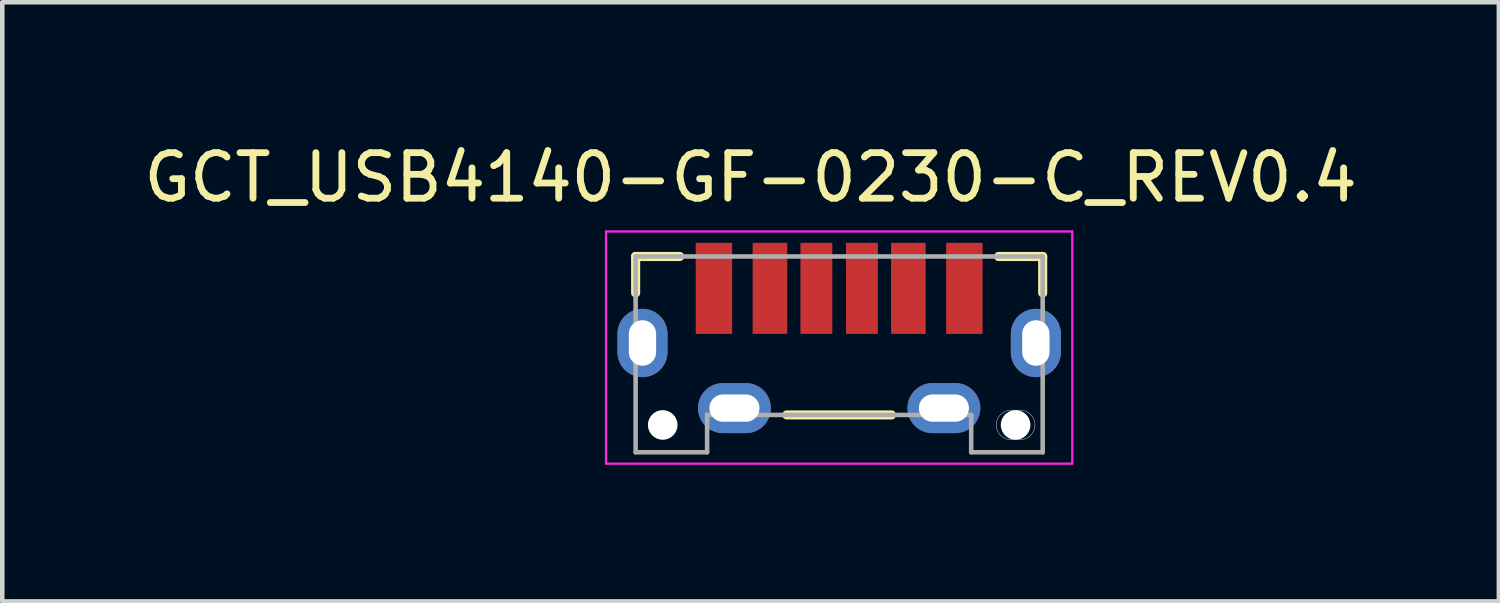
<source format=kicad_pcb>
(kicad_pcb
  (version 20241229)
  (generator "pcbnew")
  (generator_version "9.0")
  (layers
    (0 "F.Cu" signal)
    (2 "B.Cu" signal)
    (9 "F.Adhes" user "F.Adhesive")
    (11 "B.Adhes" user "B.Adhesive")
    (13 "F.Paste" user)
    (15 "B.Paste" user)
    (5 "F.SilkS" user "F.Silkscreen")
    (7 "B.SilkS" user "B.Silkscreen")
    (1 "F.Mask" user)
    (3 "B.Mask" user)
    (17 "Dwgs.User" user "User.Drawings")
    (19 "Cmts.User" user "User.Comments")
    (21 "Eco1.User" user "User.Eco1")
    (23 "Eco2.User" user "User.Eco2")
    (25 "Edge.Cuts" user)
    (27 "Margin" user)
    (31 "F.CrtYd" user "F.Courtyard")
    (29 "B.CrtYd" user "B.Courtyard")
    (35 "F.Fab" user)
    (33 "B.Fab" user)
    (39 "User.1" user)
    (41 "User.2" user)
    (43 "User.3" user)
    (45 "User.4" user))
  (footprint "GCT_USB4140-GF-0230-C_REV0.4"
    (layer "F.Cu")
    (at 15.38 4.483)
    (property "Reference" "GCT_USB4140-GF-0230-C_REV0.4" (at -1.945 -3.635 0) (layer "F.SilkS") (effects (font (size 1 1) (thickness 0.15))))
    (attr smd)
    (fp_line (start -4.47 -1.9) (end -3.5 -1.9) (stroke (width 0.2) (type solid)) (layer "F.SilkS"))
    (fp_line (start -4.47 -1.1) (end -4.47 -1.9) (stroke (width 0.2) (type solid)) (layer "F.SilkS"))
    (fp_line (start -1.15 1.58) (end 1.15 1.58) (stroke (width 0.2) (type solid)) (layer "F.SilkS"))
    (fp_line (start 3.5 -1.9) (end 4.47 -1.9) (stroke (width 0.2) (type solid)) (layer "F.SilkS"))
    (fp_line (start 4.47 -1.9) (end 4.47 -1.1) (stroke (width 0.2) (type solid)) (layer "F.SilkS"))
    (fp_line (start 3.775 1.475) (end 3.975 1.475) (stroke (width 0.01) (type solid)) (layer "Edge.Cuts"))
    (fp_line (start 3.975 2.125) (end 3.775 2.125) (stroke (width 0.01) (type solid)) (layer "Edge.Cuts"))
    (fp_arc (start 3.45 1.8) (mid 3.54519 1.57019) (end 3.775 1.475) (stroke (width 0.01) (type solid)) (layer "Edge.Cuts"))
    (fp_arc (start 3.775 2.125) (mid 3.54519 2.02981) (end 3.45 1.8) (stroke (width 0.01) (type solid)) (layer "Edge.Cuts"))
    (fp_arc (start 3.975 1.475) (mid 4.20481 1.57019) (end 4.3 1.8) (stroke (width 0.01) (type solid)) (layer "Edge.Cuts"))
    (fp_arc (start 4.3 1.8) (mid 4.20481 2.02981) (end 3.975 2.125) (stroke (width 0.01) (type solid)) (layer "Edge.Cuts"))
    (fp_line (start -5.12 -2.45) (end -5.12 2.65) (stroke (width 0.05) (type solid)) (layer "F.CrtYd"))
    (fp_line (start -5.12 2.65) (end 5.12 2.65) (stroke (width 0.05) (type solid)) (layer "F.CrtYd"))
    (fp_line (start 5.12 -2.45) (end -5.12 -2.45) (stroke (width 0.05) (type solid)) (layer "F.CrtYd"))
    (fp_line (start 5.12 2.65) (end 5.12 -2.45) (stroke (width 0.05) (type solid)) (layer "F.CrtYd"))
    (fp_line (start -4.47 -1.9) (end 4.47 -1.9) (stroke (width 0.1) (type solid)) (layer "F.Fab"))
    (fp_line (start -4.47 2.4) (end -4.47 -1.9) (stroke (width 0.1) (type solid)) (layer "F.Fab"))
    (fp_line (start -2.9 1.58) (end -2.9 2.4) (stroke (width 0.1) (type solid)) (layer "F.Fab"))
    (fp_line (start -2.9 2.4) (end -4.47 2.4) (stroke (width 0.1) (type solid)) (layer "F.Fab"))
    (fp_line (start 2.9 1.58) (end -2.9 1.58) (stroke (width 0.1) (type solid)) (layer "F.Fab"))
    (fp_line (start 2.9 2.4) (end 2.9 1.58) (stroke (width 0.1) (type solid)) (layer "F.Fab"))
    (fp_line (start 4.47 -1.9) (end 4.47 2.4) (stroke (width 0.1) (type solid)) (layer "F.Fab"))
    (fp_line (start 4.47 2.4) (end 2.9 2.4) (stroke (width 0.1) (type solid)) (layer "F.Fab"))
    (pad "" np_thru_hole circle (at -3.875 1.8) (size 0.65 0.65) (drill 0.65) (layers "*.Cu" "*.Mask"))
    (pad "" np_thru_hole circle (at 3.875 1.8) (size 0.65 0.65) (drill 0.65) (layers "*.Cu" "*.Mask"))
    (pad "A5" smd rect (at -0.5 -1.2) (size 0.7 2) (layers "F.Cu" "F.Mask" "F.Paste"))
    (pad "A9" smd rect (at 1.52 -1.2) (size 0.76 2) (layers "F.Cu" "F.Mask" "F.Paste"))
    (pad "A12" smd rect (at 2.75 -1.2) (size 0.8 2) (layers "F.Cu" "F.Mask" "F.Paste"))
    (pad "B5" smd rect (at 0.5 -1.2) (size 0.7 2) (layers "F.Cu" "F.Mask" "F.Paste"))
    (pad "B9" smd rect (at -1.52 -1.2) (size 0.76 2) (layers "F.Cu" "F.Mask" "F.Paste"))
    (pad "B12" smd rect (at -2.75 -1.2) (size 0.8 2) (layers "F.Cu" "F.Mask" "F.Paste"))
    (pad "S1" thru_hole oval (at -4.32 0) (size 1.1 1.5) (drill oval 0.6 1) (layers "*.Cu" "*.Mask"))
    (pad "S2" thru_hole oval (at 4.32 0) (size 1.1 1.5) (drill oval 0.6 1) (layers "*.Cu" "*.Mask"))
    (pad "S3" thru_hole oval (at -2.3 1.43) (size 1.6 1.1) (drill oval 1.1 0.6) (layers "*.Cu" "*.Mask"))
    (pad "S4" thru_hole oval (at 2.3 1.43) (size 1.6 1.1) (drill oval 1.1 0.6) (layers "*.Cu" "*.Mask")))
  (gr_rect
    (start -3 -3)
    (end 29.869 10.158)
    (stroke (width 0.1) (type default))
    (fill no)
    (layer "Edge.Cuts")))
</source>
